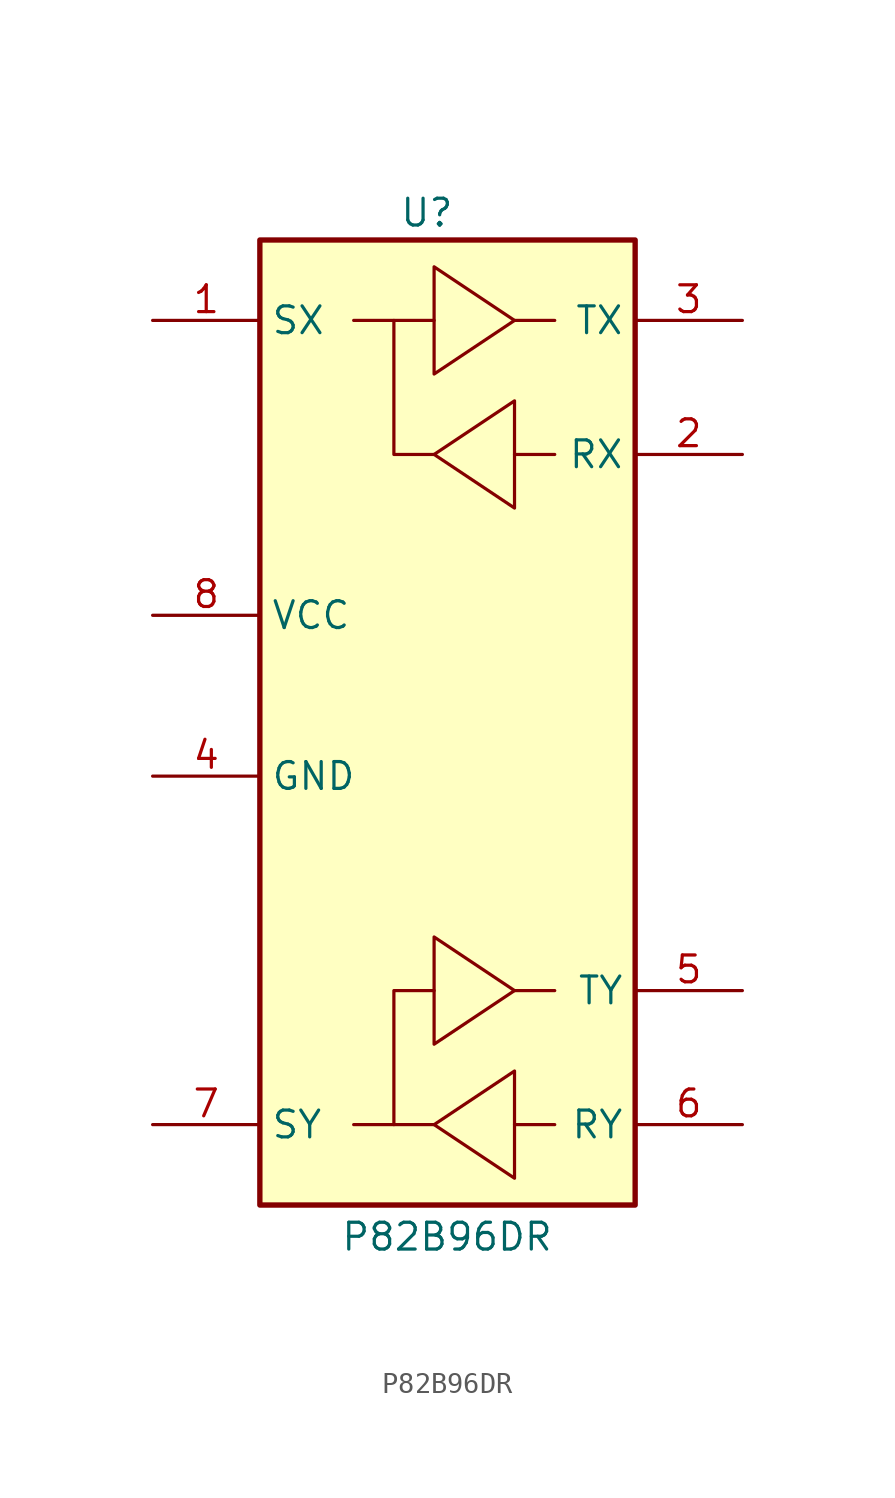
<source format=kicad_sym>
(kicad_symbol_lib
  (version 20231120)
  (generator "kicad_symbol_editor")
  (generator_version "8.0")
  (symbol "P82B96DR"
    (property "Reference" "U"
      (at 14.224 27.432 0)
      (effects (font (size 1.27 1.27)) (justify left top)))
    (property "Value" "P82B96DR"
      (at 11.43 -21.082 0)
      (effects (font (size 1.27 1.27)) (justify left top)))
    (symbol "P82B96DR_0_1"
      (polyline (pts (xy 13.97 -16.51) (xy 12.065 -16.51)) (stroke (width 0) (type default)) (fill (type none)))
      (polyline (pts (xy 13.97 21.59) (xy 12.065 21.59)) (stroke (width 0) (type default)) (fill (type none)))
      (polyline (pts (xy 19.685 -16.51) (xy 21.59 -16.51)) (stroke (width 0) (type default)) (fill (type none)))
      (polyline (pts (xy 19.685 -10.16) (xy 21.59 -10.16)) (stroke (width 0) (type default)) (fill (type none)))
      (polyline (pts (xy 19.685 15.24) (xy 21.59 15.24)) (stroke (width 0) (type default)) (fill (type none)))
      (polyline (pts (xy 19.685 21.59) (xy 21.59 21.59)) (stroke (width 0) (type default)) (fill (type none)))
      (polyline (pts (xy 15.875 -16.51) (xy 13.97 -16.51) (xy 13.97 -10.16) (xy 15.875 -10.16)) (stroke (width 0) (type default)) (fill (type none)))
      (polyline (pts (xy 15.875 -7.62) (xy 15.875 -12.7) (xy 19.685 -10.16) (xy 15.875 -7.62)) (stroke (width 0) (type default)) (fill (type none)))
      (polyline (pts (xy 15.875 15.24) (xy 13.97 15.24) (xy 13.97 21.59) (xy 15.875 21.59)) (stroke (width 0) (type default)) (fill (type none)))
      (polyline (pts (xy 15.875 24.13) (xy 15.875 19.05) (xy 19.685 21.59) (xy 15.875 24.13)) (stroke (width 0) (type default)) (fill (type none)))
      (polyline (pts (xy 19.685 -13.97) (xy 19.685 -19.05) (xy 15.875 -16.51) (xy 19.685 -13.97)) (stroke (width 0) (type default)) (fill (type none)))
      (polyline (pts (xy 19.685 17.78) (xy 19.685 12.7) (xy 15.875 15.24) (xy 19.685 17.78)) (stroke (width 0) (type default)) (fill (type none))))
    (symbol "P82B96DR_1_1"
      (rectangle (start 7.62 25.4) (end 25.4 -20.32) (stroke (width 0.254) (type default)) (fill (type background)))
      (pin passive line (at 2.54 21.59 0) (length 5.08) (name "SX" (effects (font (size 1.27 1.27)))) (number "1" (effects (font (size 1.27 1.27)))))
      (pin passive line (at 30.48 15.24 180) (length 5.08) (name "RX" (effects (font (size 1.27 1.27)))) (number "2" (effects (font (size 1.27 1.27)))))
      (pin passive line (at 30.48 21.59 180) (length 5.08) (name "TX" (effects (font (size 1.27 1.27)))) (number "3" (effects (font (size 1.27 1.27)))))
      (pin passive line (at 2.54 0 0) (length 5.08) (name "GND" (effects (font (size 1.27 1.27)))) (number "4" (effects (font (size 1.27 1.27)))))
      (pin passive line (at 30.48 -10.16 180) (length 5.08) (name "TY" (effects (font (size 1.27 1.27)))) (number "5" (effects (font (size 1.27 1.27)))))
      (pin passive line (at 30.48 -16.51 180) (length 5.08) (name "RY" (effects (font (size 1.27 1.27)))) (number "6" (effects (font (size 1.27 1.27)))))
      (pin passive line (at 2.54 -16.51 0) (length 5.08) (name "SY" (effects (font (size 1.27 1.27)))) (number "7" (effects (font (size 1.27 1.27)))))
      (pin passive line (at 2.54 7.62 0) (length 5.08) (name "VCC" (effects (font (size 1.27 1.27)))) (number "8" (effects (font (size 1.27 1.27))))))))
</source>
